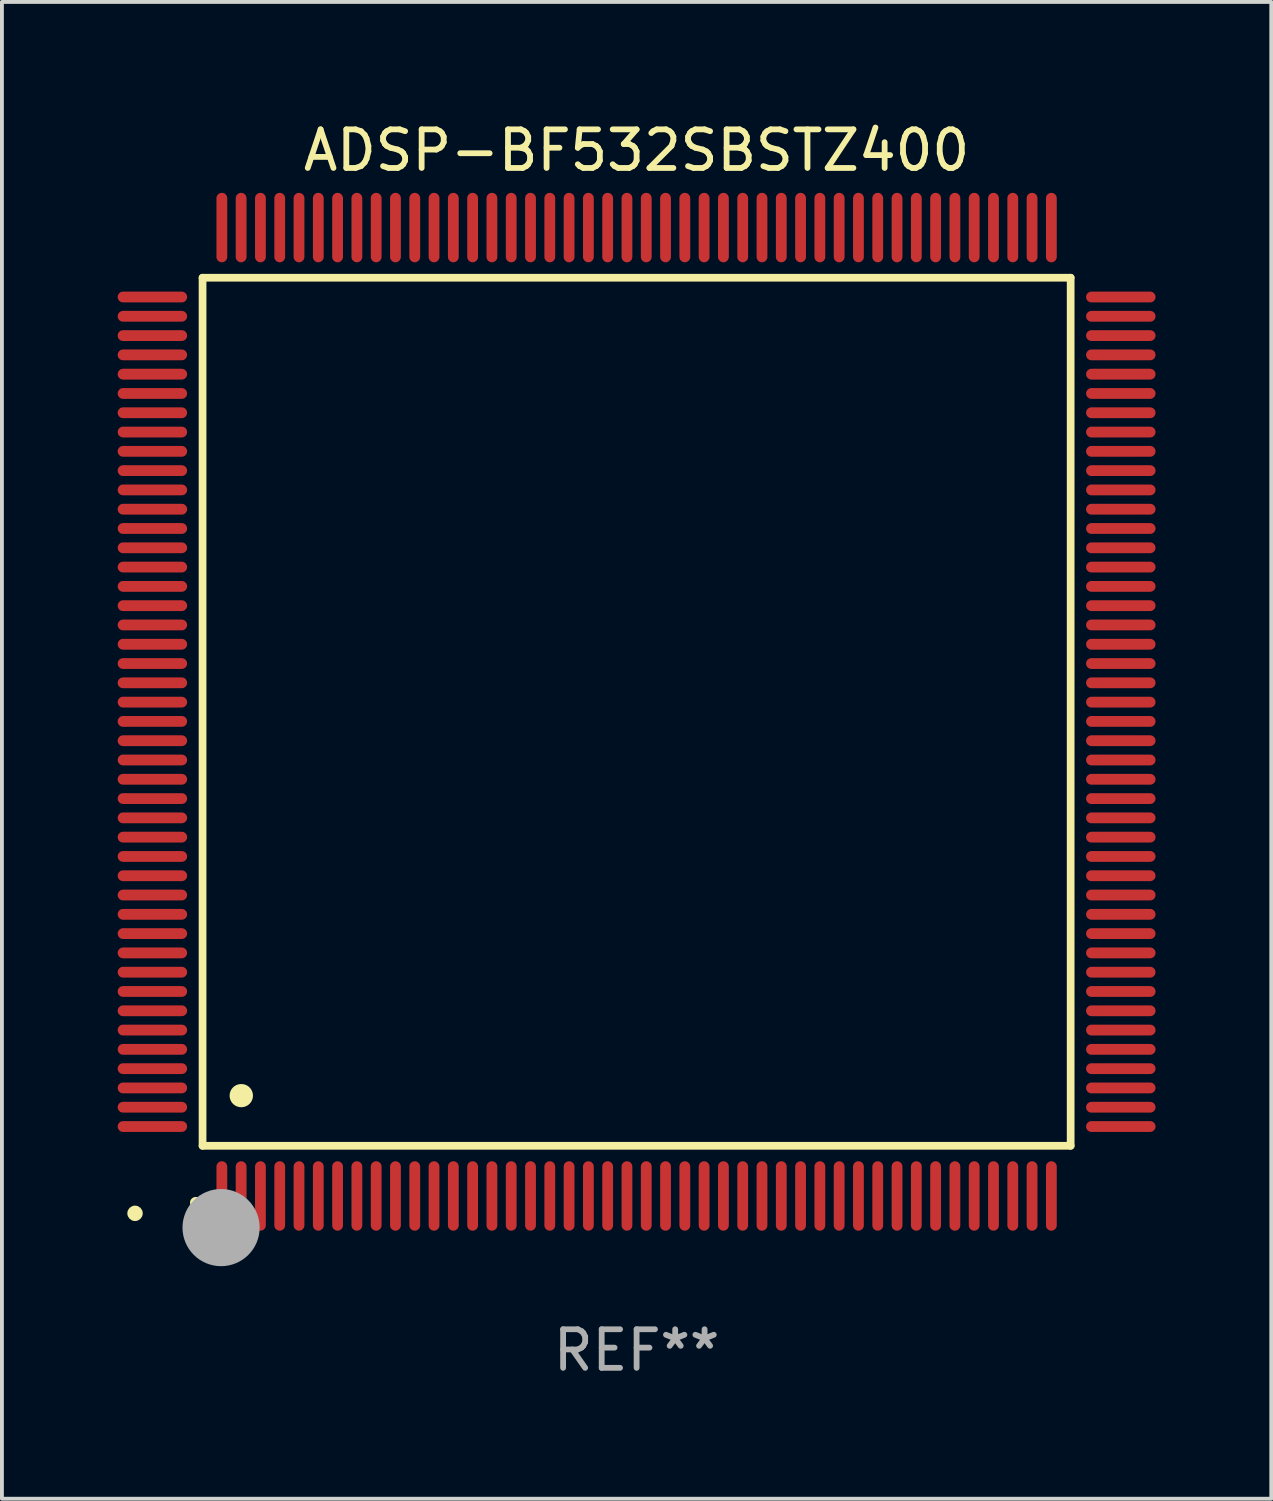
<source format=kicad_pcb>
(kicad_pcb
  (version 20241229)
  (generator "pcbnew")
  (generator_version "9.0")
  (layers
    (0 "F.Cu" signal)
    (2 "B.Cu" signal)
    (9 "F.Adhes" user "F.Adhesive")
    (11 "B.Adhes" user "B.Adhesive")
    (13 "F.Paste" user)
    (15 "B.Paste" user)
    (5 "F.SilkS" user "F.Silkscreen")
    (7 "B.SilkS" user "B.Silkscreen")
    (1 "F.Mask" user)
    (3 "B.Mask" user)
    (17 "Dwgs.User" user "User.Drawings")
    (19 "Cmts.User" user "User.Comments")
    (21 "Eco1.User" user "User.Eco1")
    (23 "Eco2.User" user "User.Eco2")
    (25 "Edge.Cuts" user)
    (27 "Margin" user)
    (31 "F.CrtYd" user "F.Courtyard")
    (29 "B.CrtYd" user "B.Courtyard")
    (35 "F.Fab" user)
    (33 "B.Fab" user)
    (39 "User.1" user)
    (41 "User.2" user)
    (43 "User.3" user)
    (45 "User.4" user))
  (footprint "ADSP-BF532SBSTZ400"
    (layer "F.Cu")
    (at 13.45 15.398)
    (property "Reference" "ADSP-BF532SBSTZ400" (at 0 -14.55 0) (layer "F.SilkS") (effects (font (size 1 1) (thickness 0.15))))
    (attr through_hole)
    (fp_line (start -11.25 -11.25) (end 11.25 -11.25) (stroke (width 0.2) (type solid)) (layer "F.SilkS"))
    (fp_line (start -11.25 11.25) (end -11.25 -11.25) (stroke (width 0.2) (type solid)) (layer "F.SilkS"))
    (fp_line (start 11.25 -11.25) (end 11.25 11.25) (stroke (width 0.2) (type solid)) (layer "F.SilkS"))
    (fp_line (start 11.25 11.25) (end -11.25 11.25) (stroke (width 0.2) (type solid)) (layer "F.SilkS"))
    (fp_arc (start -11.424943 12.725425) (mid -11.423673 12.72542) (end -11.422403 12.725425) (stroke (width 0.3) (type solid)) (layer "F.SilkS"))
    (fp_arc (start -10.24892 9.9492) (mid -10.24638 9.949189) (end -10.24384 9.9492) (stroke (width 0.6) (type solid)) (layer "F.SilkS"))
    (fp_circle (center -13 13) (end -12.9 13) (stroke (width 0.2) (type solid)) (fill no) (layer "F.SilkS"))
    (fp_circle (center -10.77 13.37) (end -10.27 13.37) (stroke (width 1) (type solid)) (fill no) (layer "F.Fab"))
    (fp_text user "REF**" (at 0 16.55 0) (layer "F.Fab") (effects (font (size 1 1) (thickness 0.15))))
    (pad "1" smd oval (at -10.75 12.55) (size 0.28 1.8) (layers "F.Cu" "F.Mask" "F.Paste"))
    (pad "2" smd oval (at -10.25 12.55) (size 0.28 1.8) (layers "F.Cu" "F.Mask" "F.Paste"))
    (pad "3" smd oval (at -9.75 12.55) (size 0.28 1.8) (layers "F.Cu" "F.Mask" "F.Paste"))
    (pad "4" smd oval (at -9.25 12.55) (size 0.28 1.8) (layers "F.Cu" "F.Mask" "F.Paste"))
    (pad "5" smd oval (at -8.75 12.55) (size 0.28 1.8) (layers "F.Cu" "F.Mask" "F.Paste"))
    (pad "6" smd oval (at -8.25 12.55) (size 0.28 1.8) (layers "F.Cu" "F.Mask" "F.Paste"))
    (pad "7" smd oval (at -7.75 12.55) (size 0.28 1.8) (layers "F.Cu" "F.Mask" "F.Paste"))
    (pad "8" smd oval (at -7.25 12.55) (size 0.28 1.8) (layers "F.Cu" "F.Mask" "F.Paste"))
    (pad "9" smd oval (at -6.75 12.55) (size 0.28 1.8) (layers "F.Cu" "F.Mask" "F.Paste"))
    (pad "10" smd oval (at -6.25 12.55) (size 0.28 1.8) (layers "F.Cu" "F.Mask" "F.Paste"))
    (pad "11" smd oval (at -5.75 12.55) (size 0.28 1.8) (layers "F.Cu" "F.Mask" "F.Paste"))
    (pad "12" smd oval (at -5.25 12.55) (size 0.28 1.8) (layers "F.Cu" "F.Mask" "F.Paste"))
    (pad "13" smd oval (at -4.75 12.55) (size 0.28 1.8) (layers "F.Cu" "F.Mask" "F.Paste"))
    (pad "14" smd oval (at -4.25 12.55) (size 0.28 1.8) (layers "F.Cu" "F.Mask" "F.Paste"))
    (pad "15" smd oval (at -3.75 12.55) (size 0.28 1.8) (layers "F.Cu" "F.Mask" "F.Paste"))
    (pad "16" smd oval (at -3.25 12.55) (size 0.28 1.8) (layers "F.Cu" "F.Mask" "F.Paste"))
    (pad "17" smd oval (at -2.75 12.55) (size 0.28 1.8) (layers "F.Cu" "F.Mask" "F.Paste"))
    (pad "18" smd oval (at -2.25 12.55) (size 0.28 1.8) (layers "F.Cu" "F.Mask" "F.Paste"))
    (pad "19" smd oval (at -1.75 12.55) (size 0.28 1.8) (layers "F.Cu" "F.Mask" "F.Paste"))
    (pad "20" smd oval (at -1.25 12.55) (size 0.28 1.8) (layers "F.Cu" "F.Mask" "F.Paste"))
    (pad "21" smd oval (at -0.75 12.55) (size 0.28 1.8) (layers "F.Cu" "F.Mask" "F.Paste"))
    (pad "22" smd oval (at -0.25 12.55) (size 0.28 1.8) (layers "F.Cu" "F.Mask" "F.Paste"))
    (pad "23" smd oval (at 0.25 12.55) (size 0.28 1.8) (layers "F.Cu" "F.Mask" "F.Paste"))
    (pad "24" smd oval (at 0.75 12.55) (size 0.28 1.8) (layers "F.Cu" "F.Mask" "F.Paste"))
    (pad "25" smd oval (at 1.25 12.55) (size 0.28 1.8) (layers "F.Cu" "F.Mask" "F.Paste"))
    (pad "26" smd oval (at 1.75 12.55) (size 0.28 1.8) (layers "F.Cu" "F.Mask" "F.Paste"))
    (pad "27" smd oval (at 2.25 12.55) (size 0.28 1.8) (layers "F.Cu" "F.Mask" "F.Paste"))
    (pad "28" smd oval (at 2.75 12.55) (size 0.28 1.8) (layers "F.Cu" "F.Mask" "F.Paste"))
    (pad "29" smd oval (at 3.25 12.55) (size 0.28 1.8) (layers "F.Cu" "F.Mask" "F.Paste"))
    (pad "30" smd oval (at 3.75 12.55) (size 0.28 1.8) (layers "F.Cu" "F.Mask" "F.Paste"))
    (pad "31" smd oval (at 4.25 12.55) (size 0.28 1.8) (layers "F.Cu" "F.Mask" "F.Paste"))
    (pad "32" smd oval (at 4.75 12.55) (size 0.28 1.8) (layers "F.Cu" "F.Mask" "F.Paste"))
    (pad "33" smd oval (at 5.25 12.55) (size 0.28 1.8) (layers "F.Cu" "F.Mask" "F.Paste"))
    (pad "34" smd oval (at 5.75 12.55) (size 0.28 1.8) (layers "F.Cu" "F.Mask" "F.Paste"))
    (pad "35" smd oval (at 6.25 12.55) (size 0.28 1.8) (layers "F.Cu" "F.Mask" "F.Paste"))
    (pad "36" smd oval (at 6.75 12.55) (size 0.28 1.8) (layers "F.Cu" "F.Mask" "F.Paste"))
    (pad "37" smd oval (at 7.25 12.55) (size 0.28 1.8) (layers "F.Cu" "F.Mask" "F.Paste"))
    (pad "38" smd oval (at 7.75 12.55) (size 0.28 1.8) (layers "F.Cu" "F.Mask" "F.Paste"))
    (pad "39" smd oval (at 8.25 12.55) (size 0.28 1.8) (layers "F.Cu" "F.Mask" "F.Paste"))
    (pad "40" smd oval (at 8.75 12.55) (size 0.28 1.8) (layers "F.Cu" "F.Mask" "F.Paste"))
    (pad "41" smd oval (at 9.25 12.55) (size 0.28 1.8) (layers "F.Cu" "F.Mask" "F.Paste"))
    (pad "42" smd oval (at 9.75 12.55) (size 0.28 1.8) (layers "F.Cu" "F.Mask" "F.Paste"))
    (pad "43" smd oval (at 10.25 12.55) (size 0.28 1.8) (layers "F.Cu" "F.Mask" "F.Paste"))
    (pad "44" smd oval (at 10.75 12.55) (size 0.28 1.8) (layers "F.Cu" "F.Mask" "F.Paste"))
    (pad "45" smd oval (at 12.55 10.75) (size 1.8 0.28) (layers "F.Cu" "F.Mask" "F.Paste"))
    (pad "46" smd oval (at 12.55 10.25) (size 1.8 0.28) (layers "F.Cu" "F.Mask" "F.Paste"))
    (pad "47" smd oval (at 12.55 9.75) (size 1.8 0.28) (layers "F.Cu" "F.Mask" "F.Paste"))
    (pad "48" smd oval (at 12.55 9.25) (size 1.8 0.28) (layers "F.Cu" "F.Mask" "F.Paste"))
    (pad "49" smd oval (at 12.55 8.75) (size 1.8 0.28) (layers "F.Cu" "F.Mask" "F.Paste"))
    (pad "50" smd oval (at 12.55 8.25) (size 1.8 0.28) (layers "F.Cu" "F.Mask" "F.Paste"))
    (pad "51" smd oval (at 12.55 7.75) (size 1.8 0.28) (layers "F.Cu" "F.Mask" "F.Paste"))
    (pad "52" smd oval (at 12.55 7.25) (size 1.8 0.28) (layers "F.Cu" "F.Mask" "F.Paste"))
    (pad "53" smd oval (at 12.55 6.75) (size 1.8 0.28) (layers "F.Cu" "F.Mask" "F.Paste"))
    (pad "54" smd oval (at 12.55 6.25) (size 1.8 0.28) (layers "F.Cu" "F.Mask" "F.Paste"))
    (pad "55" smd oval (at 12.55 5.75) (size 1.8 0.28) (layers "F.Cu" "F.Mask" "F.Paste"))
    (pad "56" smd oval (at 12.55 5.25) (size 1.8 0.28) (layers "F.Cu" "F.Mask" "F.Paste"))
    (pad "57" smd oval (at 12.55 4.75) (size 1.8 0.28) (layers "F.Cu" "F.Mask" "F.Paste"))
    (pad "58" smd oval (at 12.55 4.25) (size 1.8 0.28) (layers "F.Cu" "F.Mask" "F.Paste"))
    (pad "59" smd oval (at 12.55 3.75) (size 1.8 0.28) (layers "F.Cu" "F.Mask" "F.Paste"))
    (pad "60" smd oval (at 12.55 3.25) (size 1.8 0.28) (layers "F.Cu" "F.Mask" "F.Paste"))
    (pad "61" smd oval (at 12.55 2.75) (size 1.8 0.28) (layers "F.Cu" "F.Mask" "F.Paste"))
    (pad "62" smd oval (at 12.55 2.25) (size 1.8 0.28) (layers "F.Cu" "F.Mask" "F.Paste"))
    (pad "63" smd oval (at 12.55 1.75) (size 1.8 0.28) (layers "F.Cu" "F.Mask" "F.Paste"))
    (pad "64" smd oval (at 12.55 1.25) (size 1.8 0.28) (layers "F.Cu" "F.Mask" "F.Paste"))
    (pad "65" smd oval (at 12.55 0.75) (size 1.8 0.28) (layers "F.Cu" "F.Mask" "F.Paste"))
    (pad "66" smd oval (at 12.55 0.25) (size 1.8 0.28) (layers "F.Cu" "F.Mask" "F.Paste"))
    (pad "67" smd oval (at 12.55 -0.25) (size 1.8 0.28) (layers "F.Cu" "F.Mask" "F.Paste"))
    (pad "68" smd oval (at 12.55 -0.75) (size 1.8 0.28) (layers "F.Cu" "F.Mask" "F.Paste"))
    (pad "69" smd oval (at 12.55 -1.25) (size 1.8 0.28) (layers "F.Cu" "F.Mask" "F.Paste"))
    (pad "70" smd oval (at 12.55 -1.75) (size 1.8 0.28) (layers "F.Cu" "F.Mask" "F.Paste"))
    (pad "71" smd oval (at 12.55 -2.25) (size 1.8 0.28) (layers "F.Cu" "F.Mask" "F.Paste"))
    (pad "72" smd oval (at 12.55 -2.75) (size 1.8 0.28) (layers "F.Cu" "F.Mask" "F.Paste"))
    (pad "73" smd oval (at 12.55 -3.25) (size 1.8 0.28) (layers "F.Cu" "F.Mask" "F.Paste"))
    (pad "74" smd oval (at 12.55 -3.75) (size 1.8 0.28) (layers "F.Cu" "F.Mask" "F.Paste"))
    (pad "75" smd oval (at 12.55 -4.25) (size 1.8 0.28) (layers "F.Cu" "F.Mask" "F.Paste"))
    (pad "76" smd oval (at 12.55 -4.75) (size 1.8 0.28) (layers "F.Cu" "F.Mask" "F.Paste"))
    (pad "77" smd oval (at 12.55 -5.25) (size 1.8 0.28) (layers "F.Cu" "F.Mask" "F.Paste"))
    (pad "78" smd oval (at 12.55 -5.75) (size 1.8 0.28) (layers "F.Cu" "F.Mask" "F.Paste"))
    (pad "79" smd oval (at 12.55 -6.25) (size 1.8 0.28) (layers "F.Cu" "F.Mask" "F.Paste"))
    (pad "80" smd oval (at 12.55 -6.75) (size 1.8 0.28) (layers "F.Cu" "F.Mask" "F.Paste"))
    (pad "81" smd oval (at 12.55 -7.25) (size 1.8 0.28) (layers "F.Cu" "F.Mask" "F.Paste"))
    (pad "82" smd oval (at 12.55 -7.75) (size 1.8 0.28) (layers "F.Cu" "F.Mask" "F.Paste"))
    (pad "83" smd oval (at 12.55 -8.25) (size 1.8 0.28) (layers "F.Cu" "F.Mask" "F.Paste"))
    (pad "84" smd oval (at 12.55 -8.75) (size 1.8 0.28) (layers "F.Cu" "F.Mask" "F.Paste"))
    (pad "85" smd oval (at 12.55 -9.25) (size 1.8 0.28) (layers "F.Cu" "F.Mask" "F.Paste"))
    (pad "86" smd oval (at 12.55 -9.75) (size 1.8 0.28) (layers "F.Cu" "F.Mask" "F.Paste"))
    (pad "87" smd oval (at 12.55 -10.25) (size 1.8 0.28) (layers "F.Cu" "F.Mask" "F.Paste"))
    (pad "88" smd oval (at 12.55 -10.75) (size 1.8 0.28) (layers "F.Cu" "F.Mask" "F.Paste"))
    (pad "89" smd oval (at 10.75 -12.55) (size 0.28 1.8) (layers "F.Cu" "F.Mask" "F.Paste"))
    (pad "90" smd oval (at 10.25 -12.55) (size 0.28 1.8) (layers "F.Cu" "F.Mask" "F.Paste"))
    (pad "91" smd oval (at 9.75 -12.55) (size 0.28 1.8) (layers "F.Cu" "F.Mask" "F.Paste"))
    (pad "92" smd oval (at 9.25 -12.55) (size 0.28 1.8) (layers "F.Cu" "F.Mask" "F.Paste"))
    (pad "93" smd oval (at 8.75 -12.55) (size 0.28 1.8) (layers "F.Cu" "F.Mask" "F.Paste"))
    (pad "94" smd oval (at 8.25 -12.55) (size 0.28 1.8) (layers "F.Cu" "F.Mask" "F.Paste"))
    (pad "95" smd oval (at 7.75 -12.55) (size 0.28 1.8) (layers "F.Cu" "F.Mask" "F.Paste"))
    (pad "96" smd oval (at 7.25 -12.55) (size 0.28 1.8) (layers "F.Cu" "F.Mask" "F.Paste"))
    (pad "97" smd oval (at 6.75 -12.55) (size 0.28 1.8) (layers "F.Cu" "F.Mask" "F.Paste"))
    (pad "98" smd oval (at 6.25 -12.55) (size 0.28 1.8) (layers "F.Cu" "F.Mask" "F.Paste"))
    (pad "99" smd oval (at 5.75 -12.55) (size 0.28 1.8) (layers "F.Cu" "F.Mask" "F.Paste"))
    (pad "100" smd oval (at 5.25 -12.55) (size 0.28 1.8) (layers "F.Cu" "F.Mask" "F.Paste"))
    (pad "101" smd oval (at 4.75 -12.55) (size 0.28 1.8) (layers "F.Cu" "F.Mask" "F.Paste"))
    (pad "102" smd oval (at 4.25 -12.55) (size 0.28 1.8) (layers "F.Cu" "F.Mask" "F.Paste"))
    (pad "103" smd oval (at 3.75 -12.55) (size 0.28 1.8) (layers "F.Cu" "F.Mask" "F.Paste"))
    (pad "104" smd oval (at 3.25 -12.55) (size 0.28 1.8) (layers "F.Cu" "F.Mask" "F.Paste"))
    (pad "105" smd oval (at 2.75 -12.55) (size 0.28 1.8) (layers "F.Cu" "F.Mask" "F.Paste"))
    (pad "106" smd oval (at 2.25 -12.55) (size 0.28 1.8) (layers "F.Cu" "F.Mask" "F.Paste"))
    (pad "107" smd oval (at 1.75 -12.55) (size 0.28 1.8) (layers "F.Cu" "F.Mask" "F.Paste"))
    (pad "108" smd oval (at 1.25 -12.55) (size 0.28 1.8) (layers "F.Cu" "F.Mask" "F.Paste"))
    (pad "109" smd oval (at 0.75 -12.55) (size 0.28 1.8) (layers "F.Cu" "F.Mask" "F.Paste"))
    (pad "110" smd oval (at 0.25 -12.55) (size 0.28 1.8) (layers "F.Cu" "F.Mask" "F.Paste"))
    (pad "111" smd oval (at -0.25 -12.55) (size 0.28 1.8) (layers "F.Cu" "F.Mask" "F.Paste"))
    (pad "112" smd oval (at -0.75 -12.55) (size 0.28 1.8) (layers "F.Cu" "F.Mask" "F.Paste"))
    (pad "113" smd oval (at -1.25 -12.55) (size 0.28 1.8) (layers "F.Cu" "F.Mask" "F.Paste"))
    (pad "114" smd oval (at -1.75 -12.55) (size 0.28 1.8) (layers "F.Cu" "F.Mask" "F.Paste"))
    (pad "115" smd oval (at -2.25 -12.55) (size 0.28 1.8) (layers "F.Cu" "F.Mask" "F.Paste"))
    (pad "116" smd oval (at -2.75 -12.55) (size 0.28 1.8) (layers "F.Cu" "F.Mask" "F.Paste"))
    (pad "117" smd oval (at -3.25 -12.55) (size 0.28 1.8) (layers "F.Cu" "F.Mask" "F.Paste"))
    (pad "118" smd oval (at -3.75 -12.55) (size 0.28 1.8) (layers "F.Cu" "F.Mask" "F.Paste"))
    (pad "119" smd oval (at -4.25 -12.55) (size 0.28 1.8) (layers "F.Cu" "F.Mask" "F.Paste"))
    (pad "120" smd oval (at -4.75 -12.55) (size 0.28 1.8) (layers "F.Cu" "F.Mask" "F.Paste"))
    (pad "121" smd oval (at -5.25 -12.55) (size 0.28 1.8) (layers "F.Cu" "F.Mask" "F.Paste"))
    (pad "122" smd oval (at -5.75 -12.55) (size 0.28 1.8) (layers "F.Cu" "F.Mask" "F.Paste"))
    (pad "123" smd oval (at -6.25 -12.55) (size 0.28 1.8) (layers "F.Cu" "F.Mask" "F.Paste"))
    (pad "124" smd oval (at -6.75 -12.55) (size 0.28 1.8) (layers "F.Cu" "F.Mask" "F.Paste"))
    (pad "125" smd oval (at -7.25 -12.55) (size 0.28 1.8) (layers "F.Cu" "F.Mask" "F.Paste"))
    (pad "126" smd oval (at -7.75 -12.55) (size 0.28 1.8) (layers "F.Cu" "F.Mask" "F.Paste"))
    (pad "127" smd oval (at -8.25 -12.55) (size 0.28 1.8) (layers "F.Cu" "F.Mask" "F.Paste"))
    (pad "128" smd oval (at -8.75 -12.55) (size 0.28 1.8) (layers "F.Cu" "F.Mask" "F.Paste"))
    (pad "129" smd oval (at -9.25 -12.55) (size 0.28 1.8) (layers "F.Cu" "F.Mask" "F.Paste"))
    (pad "130" smd oval (at -9.75 -12.55) (size 0.28 1.8) (layers "F.Cu" "F.Mask" "F.Paste"))
    (pad "131" smd oval (at -10.25 -12.55) (size 0.28 1.8) (layers "F.Cu" "F.Mask" "F.Paste"))
    (pad "132" smd oval (at -10.75 -12.55) (size 0.28 1.8) (layers "F.Cu" "F.Mask" "F.Paste"))
    (pad "133" smd oval (at -12.55 -10.75) (size 1.8 0.28) (layers "F.Cu" "F.Mask" "F.Paste"))
    (pad "134" smd oval (at -12.55 -10.25) (size 1.8 0.28) (layers "F.Cu" "F.Mask" "F.Paste"))
    (pad "135" smd oval (at -12.55 -9.75) (size 1.8 0.28) (layers "F.Cu" "F.Mask" "F.Paste"))
    (pad "136" smd oval (at -12.55 -9.25) (size 1.8 0.28) (layers "F.Cu" "F.Mask" "F.Paste"))
    (pad "137" smd oval (at -12.55 -8.75) (size 1.8 0.28) (layers "F.Cu" "F.Mask" "F.Paste"))
    (pad "138" smd oval (at -12.55 -8.25) (size 1.8 0.28) (layers "F.Cu" "F.Mask" "F.Paste"))
    (pad "139" smd oval (at -12.55 -7.75) (size 1.8 0.28) (layers "F.Cu" "F.Mask" "F.Paste"))
    (pad "140" smd oval (at -12.55 -7.25) (size 1.8 0.28) (layers "F.Cu" "F.Mask" "F.Paste"))
    (pad "141" smd oval (at -12.55 -6.75) (size 1.8 0.28) (layers "F.Cu" "F.Mask" "F.Paste"))
    (pad "142" smd oval (at -12.55 -6.25) (size 1.8 0.28) (layers "F.Cu" "F.Mask" "F.Paste"))
    (pad "143" smd oval (at -12.55 -5.75) (size 1.8 0.28) (layers "F.Cu" "F.Mask" "F.Paste"))
    (pad "144" smd oval (at -12.55 -5.25) (size 1.8 0.28) (layers "F.Cu" "F.Mask" "F.Paste"))
    (pad "145" smd oval (at -12.55 -4.75) (size 1.8 0.28) (layers "F.Cu" "F.Mask" "F.Paste"))
    (pad "146" smd oval (at -12.55 -4.25) (size 1.8 0.28) (layers "F.Cu" "F.Mask" "F.Paste"))
    (pad "147" smd oval (at -12.55 -3.75) (size 1.8 0.28) (layers "F.Cu" "F.Mask" "F.Paste"))
    (pad "148" smd oval (at -12.55 -3.25) (size 1.8 0.28) (layers "F.Cu" "F.Mask" "F.Paste"))
    (pad "149" smd oval (at -12.55 -2.75) (size 1.8 0.28) (layers "F.Cu" "F.Mask" "F.Paste"))
    (pad "150" smd oval (at -12.55 -2.25) (size 1.8 0.28) (layers "F.Cu" "F.Mask" "F.Paste"))
    (pad "151" smd oval (at -12.55 -1.75) (size 1.8 0.28) (layers "F.Cu" "F.Mask" "F.Paste"))
    (pad "152" smd oval (at -12.55 -1.25) (size 1.8 0.28) (layers "F.Cu" "F.Mask" "F.Paste"))
    (pad "153" smd oval (at -12.55 -0.75) (size 1.8 0.28) (layers "F.Cu" "F.Mask" "F.Paste"))
    (pad "154" smd oval (at -12.55 -0.25) (size 1.8 0.28) (layers "F.Cu" "F.Mask" "F.Paste"))
    (pad "155" smd oval (at -12.55 0.25) (size 1.8 0.28) (layers "F.Cu" "F.Mask" "F.Paste"))
    (pad "156" smd oval (at -12.55 0.75) (size 1.8 0.28) (layers "F.Cu" "F.Mask" "F.Paste"))
    (pad "157" smd oval (at -12.55 1.25) (size 1.8 0.28) (layers "F.Cu" "F.Mask" "F.Paste"))
    (pad "158" smd oval (at -12.55 1.75) (size 1.8 0.28) (layers "F.Cu" "F.Mask" "F.Paste"))
    (pad "159" smd oval (at -12.55 2.25) (size 1.8 0.28) (layers "F.Cu" "F.Mask" "F.Paste"))
    (pad "160" smd oval (at -12.55 2.75) (size 1.8 0.28) (layers "F.Cu" "F.Mask" "F.Paste"))
    (pad "161" smd oval (at -12.55 3.25) (size 1.8 0.28) (layers "F.Cu" "F.Mask" "F.Paste"))
    (pad "162" smd oval (at -12.55 3.75) (size 1.8 0.28) (layers "F.Cu" "F.Mask" "F.Paste"))
    (pad "163" smd oval (at -12.55 4.25) (size 1.8 0.28) (layers "F.Cu" "F.Mask" "F.Paste"))
    (pad "164" smd oval (at -12.55 4.75) (size 1.8 0.28) (layers "F.Cu" "F.Mask" "F.Paste"))
    (pad "165" smd oval (at -12.55 5.25) (size 1.8 0.28) (layers "F.Cu" "F.Mask" "F.Paste"))
    (pad "166" smd oval (at -12.55 5.75) (size 1.8 0.28) (layers "F.Cu" "F.Mask" "F.Paste"))
    (pad "167" smd oval (at -12.55 6.25) (size 1.8 0.28) (layers "F.Cu" "F.Mask" "F.Paste"))
    (pad "168" smd oval (at -12.55 6.75) (size 1.8 0.28) (layers "F.Cu" "F.Mask" "F.Paste"))
    (pad "169" smd oval (at -12.55 7.25) (size 1.8 0.28) (layers "F.Cu" "F.Mask" "F.Paste"))
    (pad "170" smd oval (at -12.55 7.75) (size 1.8 0.28) (layers "F.Cu" "F.Mask" "F.Paste"))
    (pad "171" smd oval (at -12.55 8.25) (size 1.8 0.28) (layers "F.Cu" "F.Mask" "F.Paste"))
    (pad "172" smd oval (at -12.55 8.75) (size 1.8 0.28) (layers "F.Cu" "F.Mask" "F.Paste"))
    (pad "173" smd oval (at -12.55 9.25) (size 1.8 0.28) (layers "F.Cu" "F.Mask" "F.Paste"))
    (pad "174" smd oval (at -12.55 9.75) (size 1.8 0.28) (layers "F.Cu" "F.Mask" "F.Paste"))
    (pad "175" smd oval (at -12.55 10.25) (size 1.8 0.28) (layers "F.Cu" "F.Mask" "F.Paste"))
    (pad "176" smd oval (at -12.55 10.75) (size 1.8 0.28) (layers "F.Cu" "F.Mask" "F.Paste")))
  (gr_rect
    (start -3 -3)
    (end 29.9 35.796)
    (stroke (width 0.1) (type default))
    (fill no)
    (layer "Edge.Cuts")))
</source>
